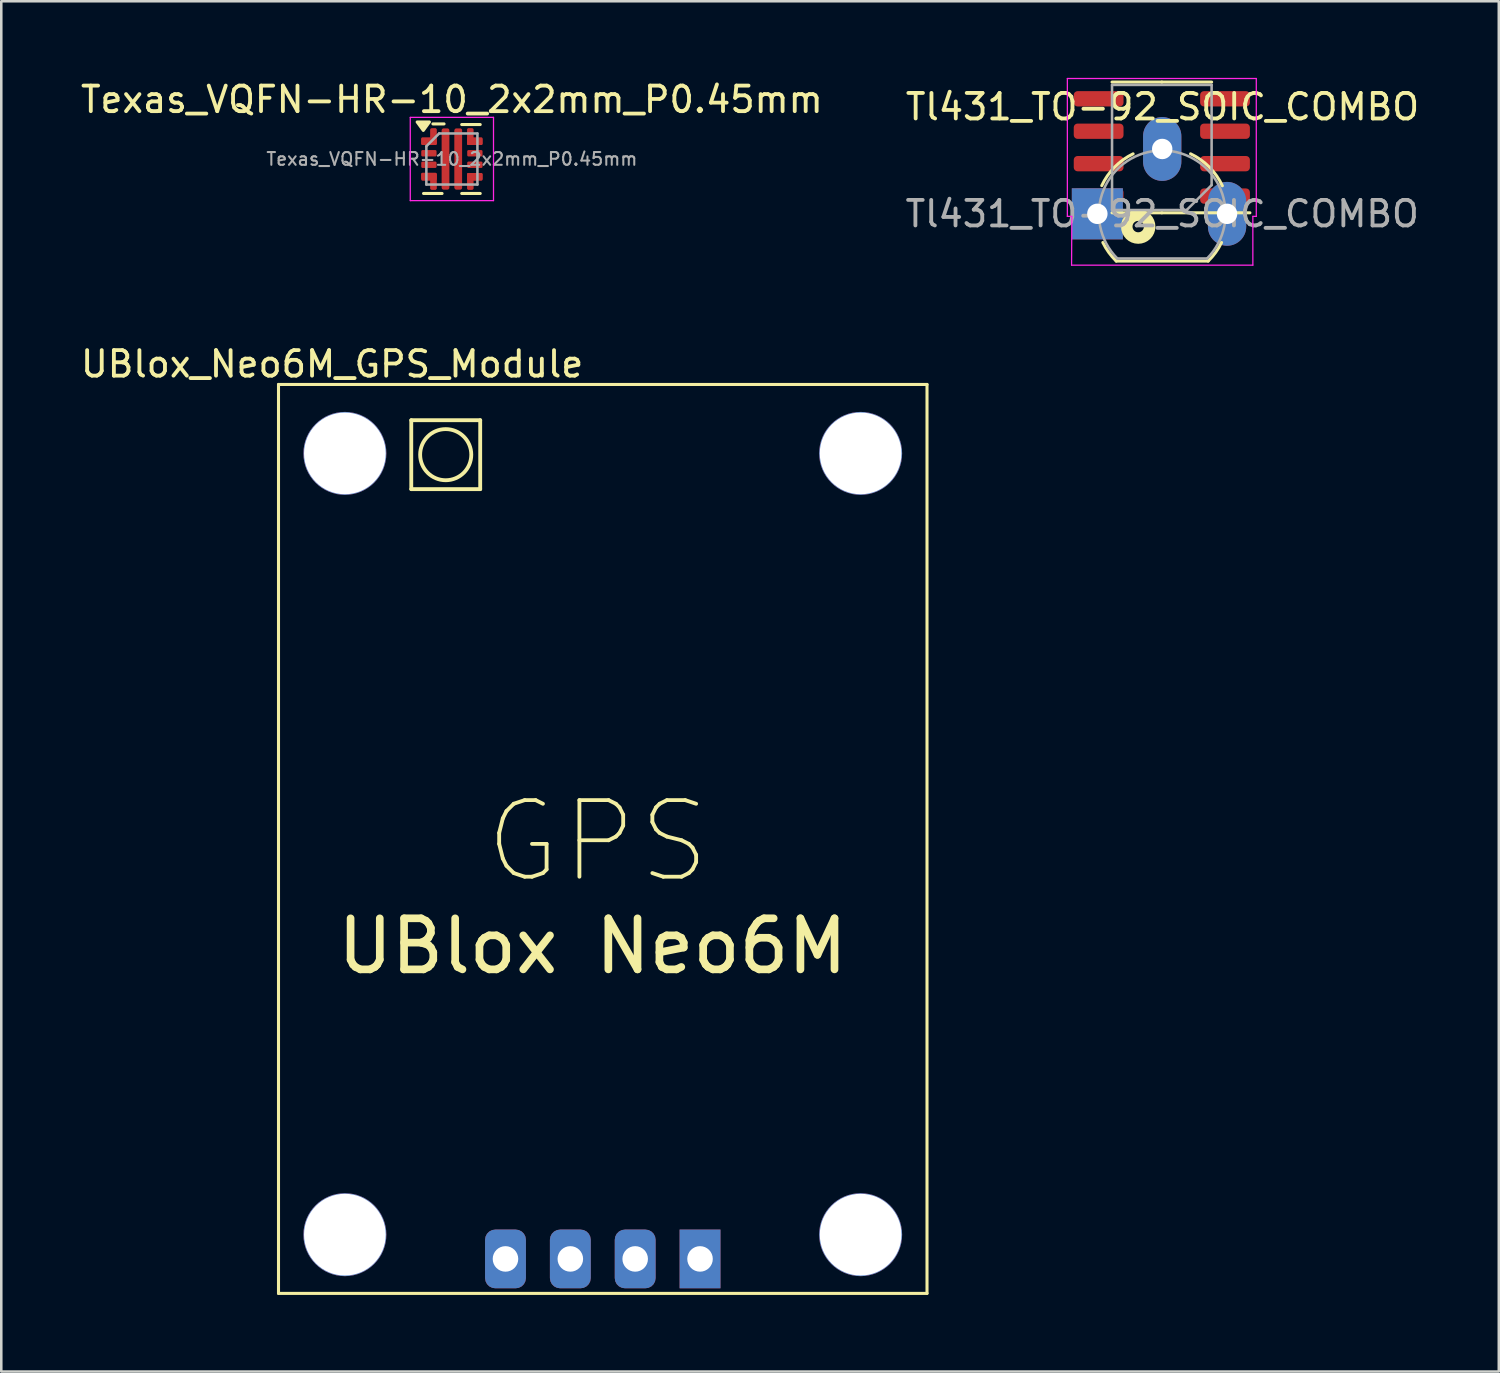
<source format=kicad_pcb>
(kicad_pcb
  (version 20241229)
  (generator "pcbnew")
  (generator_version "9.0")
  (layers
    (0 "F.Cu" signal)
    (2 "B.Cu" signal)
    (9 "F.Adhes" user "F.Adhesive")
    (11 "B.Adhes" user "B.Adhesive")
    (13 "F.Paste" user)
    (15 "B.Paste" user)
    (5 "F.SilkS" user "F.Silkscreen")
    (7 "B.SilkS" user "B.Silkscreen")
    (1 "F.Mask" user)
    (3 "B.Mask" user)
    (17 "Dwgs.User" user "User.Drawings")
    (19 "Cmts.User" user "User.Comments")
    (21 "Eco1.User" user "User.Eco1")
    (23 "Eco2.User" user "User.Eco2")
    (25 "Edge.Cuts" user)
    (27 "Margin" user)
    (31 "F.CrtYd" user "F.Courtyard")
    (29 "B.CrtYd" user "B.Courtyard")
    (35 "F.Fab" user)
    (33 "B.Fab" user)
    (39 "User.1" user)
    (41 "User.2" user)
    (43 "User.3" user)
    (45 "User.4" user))
  (footprint "Tl431_TO-92_SOIC_COMBO"
    (layer "F.Cu")
    (at 39.93 5.325)
    (property "Reference" "Tl431_TO-92_SOIC_COMBO" (at 2.55 -4.19 0) (layer "F.SilkS") (effects (font (size 1 1) (thickness 0.15))))
    (attr through_hole)
    (fp_line (start 0.74 1.85) (end 4.34 1.85) (stroke (width 0.12) (type solid)) (layer "F.SilkS"))
    (fp_line (start 2.525 -5.16) (end 0.575 -5.16) (stroke (width 0.12) (type solid)) (layer "F.SilkS"))
    (fp_line (start 2.525 -5.16) (end 4.475 -5.16) (stroke (width 0.12) (type solid)) (layer "F.SilkS"))
    (fp_line (start 2.525 -0.04) (end 0.575 -0.04) (stroke (width 0.12) (type solid)) (layer "F.SilkS"))
    (fp_line (start 2.525 -0.04) (end 5.975 -0.04) (stroke (width 0.12) (type solid)) (layer "F.SilkS"))
    (fp_arc (start 0.172801 -1.103842) (mid 0.678995 -1.832692) (end 1.4 -2.35) (stroke (width 0.12) (type solid)) (layer "F.SilkS"))
    (fp_arc (start 0.74 1.85) (mid 0.446097 1.509328) (end 0.215816 1.122795) (stroke (width 0.12) (type solid)) (layer "F.SilkS"))
    (fp_arc (start 3.65 -2.35) (mid 4.382279 -1.833196) (end 4.895458 -1.098371) (stroke (width 0.12) (type solid)) (layer "F.SilkS"))
    (fp_arc (start 4.864184 1.122795) (mid 4.633903 1.509328) (end 4.34 1.85) (stroke (width 0.12) (type solid)) (layer "F.SilkS"))
    (fp_circle (center 1.6 0.5) (end 1.8 0.6) (stroke (width 0.45) (type solid)) (fill no) (layer "F.SilkS"))
    (fp_line (start -1.175 -5.3) (end -1.175 0.1) (stroke (width 0.05) (type solid)) (layer "F.CrtYd"))
    (fp_line (start -1.175 0.1) (end -1 0.1) (stroke (width 0.05) (type solid)) (layer "F.CrtYd"))
    (fp_line (start -1 0.1) (end -1.01 2.01) (stroke (width 0.05) (type solid)) (layer "F.CrtYd"))
    (fp_line (start 6.09 0.1) (end 6.225 0.1) (stroke (width 0.05) (type solid)) (layer "F.CrtYd"))
    (fp_line (start 6.09 2.01) (end -1.01 2.01) (stroke (width 0.05) (type solid)) (layer "F.CrtYd"))
    (fp_line (start 6.09 2.01) (end 6.09 0.1) (stroke (width 0.05) (type solid)) (layer "F.CrtYd"))
    (fp_line (start 6.225 -5.3) (end -1.175 -5.3) (stroke (width 0.05) (type solid)) (layer "F.CrtYd"))
    (fp_line (start 6.225 0.1) (end 6.225 -5.3) (stroke (width 0.05) (type solid)) (layer "F.CrtYd"))
    (fp_line (start 0.575 -5.05) (end 4.475 -5.05) (stroke (width 0.1) (type solid)) (layer "F.Fab"))
    (fp_line (start 0.575 -0.15) (end 0.575 -5.05) (stroke (width 0.1) (type solid)) (layer "F.Fab"))
    (fp_line (start 0.8 1.75) (end 4.3 1.75) (stroke (width 0.1) (type solid)) (layer "F.Fab"))
    (fp_line (start 3.5 -0.15) (end 0.575 -0.15) (stroke (width 0.1) (type solid)) (layer "F.Fab"))
    (fp_line (start 4.475 -5.05) (end 4.475 -1.125) (stroke (width 0.1) (type solid)) (layer "F.Fab"))
    (fp_line (start 4.475 -1.125) (end 3.5 -0.15) (stroke (width 0.1) (type solid)) (layer "F.Fab"))
    (fp_arc (start 0.786375 1.753625) (mid 0.248779 -0.949055) (end 2.54 -2.48) (stroke (width 0.1) (type solid)) (layer "F.Fab"))
    (fp_arc (start 2.54 -2.48) (mid 4.831221 -0.949055) (end 4.293625 1.753625) (stroke (width 0.1) (type solid)) (layer "F.Fab"))
    (fp_text user "${REFERENCE}" (at 2.54 0 0) (layer "F.Fab") (effects (font (size 1 1) (thickness 0.15))))
    (pad "1" thru_hole rect (at 0 0 90) (size 2 2) (drill 0.8) (layers "*.Cu" "*.Mask"))
    (pad "1" smd roundrect (at 0.05 -0.695 180) (size 1.95 0.6) (layers "F.Cu" "F.Mask" "F.Paste") (roundrect_rratio 0.25))
    (pad "2" smd roundrect (at 0.05 -3.235 180) (size 1.95 0.6) (layers "F.Cu" "F.Mask" "F.Paste") (roundrect_rratio 0.25))
    (pad "2" smd roundrect (at 0.05 -1.965 180) (size 1.95 0.6) (layers "F.Cu" "F.Mask" "F.Paste") (roundrect_rratio 0.25))
    (pad "2" thru_hole oval (at 2.54 -2.54 90) (size 2.5 1.5) (drill 0.8) (layers "*.Cu" "*.Mask"))
    (pad "2" smd roundrect (at 5 -3.235 180) (size 1.95 0.6) (layers "F.Cu" "F.Mask" "F.Paste") (roundrect_rratio 0.25))
    (pad "2" smd roundrect (at 5 -1.965 180) (size 1.95 0.6) (layers "F.Cu" "F.Mask" "F.Paste") (roundrect_rratio 0.25))
    (pad "3" smd roundrect (at 5 -0.695 180) (size 1.95 0.6) (layers "F.Cu" "F.Mask" "F.Paste") (roundrect_rratio 0.25))
    (pad "3" thru_hole oval (at 5.08 0 90) (size 2.5 1.5) (drill 0.8) (layers "*.Cu" "*.Mask"))
    (pad "4" smd roundrect (at 5 -4.505 180) (size 1.95 0.6) (layers "F.Cu" "F.Mask" "F.Paste") (roundrect_rratio 0.25))
    (pad "5" smd roundrect (at 0.05 -4.505 180) (size 1.95 0.6) (layers "F.Cu" "F.Mask" "F.Paste") (roundrect_rratio 0.25)))
  (footprint "UBlox_Neo6M_GPS_Module"
    (layer "F.Cu")
    (at 20.558 29.808)
    (property "Reference" "UBlox_Neo6M_GPS_Module" (at -10.6 -18.6 0) (layer "F.SilkS") (effects (font (size 1 1) (thickness 0.15))))
    (attr through_hole)
    (fp_line (start -12.7 -17.8) (end -12.7 17.8) (stroke (width 0.12) (type solid)) (layer "F.SilkS"))
    (fp_line (start -12.7 -17.8) (end 12.7 -17.8) (stroke (width 0.12) (type solid)) (layer "F.SilkS"))
    (fp_line (start -7.5 -16.4) (end -4.8 -16.4) (stroke (width 0.15) (type solid)) (layer "F.SilkS"))
    (fp_line (start -7.5 -13.7) (end -7.5 -16.4) (stroke (width 0.15) (type solid)) (layer "F.SilkS"))
    (fp_line (start -4.8 -16.4) (end -4.8 -13.7) (stroke (width 0.15) (type solid)) (layer "F.SilkS"))
    (fp_line (start -4.8 -13.7) (end -7.5 -13.7) (stroke (width 0.15) (type solid)) (layer "F.SilkS"))
    (fp_line (start 12.7 17.8) (end -12.7 17.8) (stroke (width 0.12) (type solid)) (layer "F.SilkS"))
    (fp_line (start 12.7 17.8) (end 12.7 -17.8) (stroke (width 0.12) (type solid)) (layer "F.SilkS"))
    (fp_circle (center -6.151 -15.05) (end -5.151 -15) (stroke (width 0.15) (type solid)) (fill no) (layer "F.SilkS"))
    (fp_text user "GPS" (at -0.2 0.1 180) (layer "F.SilkS") (effects (font (size 3 3) (thickness 0.15))))
    (fp_text user "UBlox Neo6M" (at -0.4 4.2 180) (layer "F.SilkS") (effects (font (size 2 2) (thickness 0.3))))
    (pad "" np_thru_hole circle (at -10.1 -15.1 270) (size 3.25 3.25) (drill 3.2) (layers "*.Cu" "*.Mask"))
    (pad "" np_thru_hole circle (at -10.1 15.5 270) (size 3.25 3.25) (drill 3.2) (layers "*.Cu" "*.Mask"))
    (pad "" np_thru_hole circle (at 10.1 -15.1 270) (size 3.25 3.25) (drill 3.2) (layers "*.Cu" "*.Mask"))
    (pad "" np_thru_hole circle (at 10.1 15.5 270) (size 3.25 3.25) (drill 3.2) (layers "*.Cu" "*.Mask"))
    (pad "1" thru_hole rect (at 3.81 16.45 180) (size 1.6 2.3) (drill 1) (layers "*.Cu" "*.Mask"))
    (pad "2" thru_hole roundrect (at 1.27 16.45 180) (size 1.6 2.3) (drill 1) (layers "*.Cu" "*.Mask") (roundrect_rratio 0.25))
    (pad "3" thru_hole roundrect (at -1.27 16.45 180) (size 1.6 2.3) (drill 1) (layers "*.Cu" "*.Mask") (roundrect_rratio 0.25))
    (pad "4" thru_hole roundrect (at -3.81 16.45 180) (size 1.6 2.3) (drill 1) (layers "*.Cu" "*.Mask") (roundrect_rratio 0.25)))
  (footprint "Texas_VQFN-HR-10_2x2mm_P0.45mm"
    (layer "F.Cu")
    (at 14.649 3.178)
    (property "Reference" "Texas_VQFN-HR-10_2x2mm_P0.45mm" (at 0 -2.33 0) (layer "F.SilkS") (effects (font (size 1 1) (thickness 0.15))))
    (attr smd)
    (fp_line (start -0.385 1.35) (end -1.11 1.35) (stroke (width 0.12) (type solid)) (layer "F.SilkS"))
    (fp_line (start -0.307 -1.375) (end -0.743 -1.375) (stroke (width 0.12) (type solid)) (layer "F.SilkS"))
    (fp_line (start 0.385 -1.35) (end 1.11 -1.35) (stroke (width 0.12) (type solid)) (layer "F.SilkS"))
    (fp_line (start 0.385 1.35) (end 1.11 1.35) (stroke (width 0.12) (type solid)) (layer "F.SilkS"))
    (fp_poly (pts (xy -1.12 -1.12) (xy -1.36 -1.45) (xy -0.88 -1.45) (xy -1.12 -1.12)) (stroke (width 0.12) (type solid)) (fill yes) (layer "F.SilkS"))
    (fp_line (start -1.63 -1.63) (end -1.63 1.63) (stroke (width 0.05) (type solid)) (layer "F.CrtYd"))
    (fp_line (start -1.63 1.63) (end 1.63 1.63) (stroke (width 0.05) (type solid)) (layer "F.CrtYd"))
    (fp_line (start 1.63 -1.63) (end -1.63 -1.63) (stroke (width 0.05) (type solid)) (layer "F.CrtYd"))
    (fp_line (start 1.63 1.63) (end 1.63 -1.63) (stroke (width 0.05) (type solid)) (layer "F.CrtYd"))
    (fp_line (start -1 -0.5) (end -0.5 -1) (stroke (width 0.1) (type solid)) (layer "F.Fab"))
    (fp_line (start -1 1) (end -1 -0.5) (stroke (width 0.1) (type solid)) (layer "F.Fab"))
    (fp_line (start -0.5 -1) (end 1 -1) (stroke (width 0.1) (type solid)) (layer "F.Fab"))
    (fp_line (start 1 -1) (end 1 1) (stroke (width 0.1) (type solid)) (layer "F.Fab"))
    (fp_line (start 1 1) (end -1 1) (stroke (width 0.1) (type solid)) (layer "F.Fab"))
    (fp_text user "${REFERENCE}" (at 0 0 0) (layer "F.Fab") (effects (font (size 0.5 0.5) (thickness 0.08))))
    (pad "1" smd roundrect (at -0.9 -0.7) (size 0.6 0.3) (layers "F.Cu" "F.Mask") (roundrect_rratio 0.167))
    (pad "1" smd roundrect (at -0.9 -0.688) (size 0.6 0.275) (layers "F.Cu" "F.Mask" "F.Paste") (roundrect_rratio 0.182))
    (pad "1" smd roundrect (at -0.725 -0.875 90) (size 0.65 0.25) (layers "F.Cu" "F.Mask") (roundrect_rratio 0.2))
    (pad "1" smd roundrect (at -0.713 -0.875 90) (size 0.65 0.225) (layers "F.Cu" "F.Mask" "F.Paste") (roundrect_rratio 0.222))
    (pad "2" smd roundrect (at -0.9 -0.225) (size 0.6 0.25) (layers "F.Cu" "F.Mask" "F.Paste") (roundrect_rratio 0.2))
    (pad "3" smd roundrect (at -0.9 0.225) (size 0.6 0.25) (layers "F.Cu" "F.Mask" "F.Paste") (roundrect_rratio 0.2))
    (pad "4" smd roundrect (at -0.9 0.675) (size 0.6 0.275) (layers "F.Cu" "F.Mask" "F.Paste") (roundrect_rratio 0.182))
    (pad "4" smd roundrect (at -0.9 0.7) (size 0.6 0.3) (layers "F.Cu" "F.Mask") (roundrect_rratio 0.167))
    (pad "4" smd roundrect (at -0.725 0.875 90) (size 0.65 0.25) (layers "F.Cu" "F.Mask") (roundrect_rratio 0.2))
    (pad "4" smd roundrect (at -0.713 0.875 90) (size 0.65 0.225) (layers "F.Cu" "F.Mask" "F.Paste") (roundrect_rratio 0.222))
    (pad "5" smd roundrect (at -0.25 -0.63 90) (size 1.06 0.28) (layers "F.Cu" "F.Paste") (roundrect_rratio 0.179))
    (pad "5" smd roundrect (at -0.25 0) (size 0.3 2.4) (layers "F.Cu" "F.Mask") (roundrect_rratio 0.25))
    (pad "5" smd roundrect (at -0.25 0.63 90) (size 1.06 0.28) (layers "F.Cu" "F.Paste") (roundrect_rratio 0.179))
    (pad "6" smd roundrect (at 0.25 -0.63 90) (size 1.06 0.28) (layers "F.Cu" "F.Paste") (roundrect_rratio 0.179))
    (pad "6" smd roundrect (at 0.25 0) (size 0.3 2.4) (layers "F.Cu" "F.Mask") (roundrect_rratio 0.25))
    (pad "6" smd roundrect (at 0.25 0.63 90) (size 1.06 0.28) (layers "F.Cu" "F.Paste") (roundrect_rratio 0.179))
    (pad "7" smd roundrect (at 0.713 0.875 90) (size 0.65 0.225) (layers "F.Cu" "F.Mask" "F.Paste") (roundrect_rratio 0.222))
    (pad "7" smd roundrect (at 0.725 0.875 90) (size 0.65 0.25) (layers "F.Cu" "F.Mask") (roundrect_rratio 0.2))
    (pad "7" smd roundrect (at 0.9 0.688) (size 0.6 0.275) (layers "F.Cu" "F.Mask" "F.Paste") (roundrect_rratio 0.182))
    (pad "7" smd roundrect (at 0.9 0.7) (size 0.6 0.3) (layers "F.Cu" "F.Mask") (roundrect_rratio 0.167))
    (pad "8" smd roundrect (at 0.9 0.225) (size 0.6 0.25) (layers "F.Cu" "F.Mask" "F.Paste") (roundrect_rratio 0.2))
    (pad "9" smd roundrect (at 0.9 -0.225) (size 0.6 0.25) (layers "F.Cu" "F.Mask" "F.Paste") (roundrect_rratio 0.2))
    (pad "10" smd roundrect (at 0.713 -0.875 90) (size 0.65 0.225) (layers "F.Cu" "F.Mask" "F.Paste") (roundrect_rratio 0.222))
    (pad "10" smd roundrect (at 0.725 -0.875 90) (size 0.65 0.25) (layers "F.Cu" "F.Mask") (roundrect_rratio 0.2))
    (pad "10" smd roundrect (at 0.9 -0.7) (size 0.6 0.3) (layers "F.Cu" "F.Mask") (roundrect_rratio 0.167))
    (pad "10" smd roundrect (at 0.9 -0.688) (size 0.6 0.275) (layers "F.Cu" "F.Mask" "F.Paste") (roundrect_rratio 0.182)))
  (gr_rect
    (start -3 -3)
    (end 55.653 50.668)
    (stroke (width 0.1) (type default))
    (fill no)
    (layer "Edge.Cuts")))
</source>
